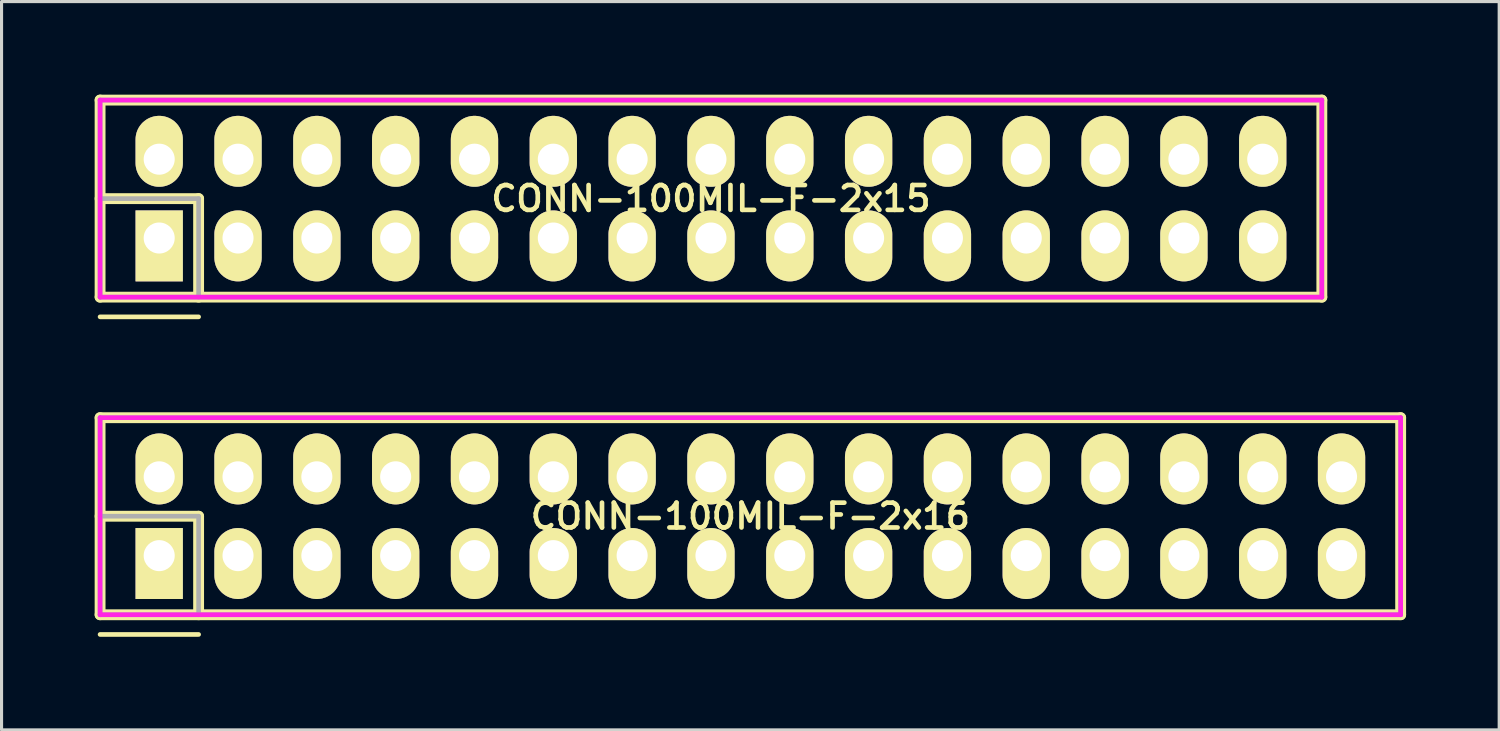
<source format=kicad_pcb>
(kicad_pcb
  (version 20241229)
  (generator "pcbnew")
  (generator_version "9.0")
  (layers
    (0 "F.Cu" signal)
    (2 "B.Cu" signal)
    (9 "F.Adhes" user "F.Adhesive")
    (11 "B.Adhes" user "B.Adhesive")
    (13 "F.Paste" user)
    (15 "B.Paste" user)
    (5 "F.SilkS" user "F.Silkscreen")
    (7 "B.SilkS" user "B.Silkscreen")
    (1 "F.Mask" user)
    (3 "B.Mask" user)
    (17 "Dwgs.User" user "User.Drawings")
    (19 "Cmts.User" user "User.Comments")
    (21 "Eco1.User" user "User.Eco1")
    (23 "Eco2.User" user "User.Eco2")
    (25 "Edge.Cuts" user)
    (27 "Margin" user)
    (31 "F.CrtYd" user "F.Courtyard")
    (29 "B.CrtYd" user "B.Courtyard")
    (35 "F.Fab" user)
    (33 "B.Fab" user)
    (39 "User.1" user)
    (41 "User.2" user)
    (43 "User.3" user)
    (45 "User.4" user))
  (footprint "CONN-100MIL-F-2x16"
    (layer "F.Cu")
    (at 21.13 13.585)
    (property "Reference" "CONN-100MIL-F-2x16" (at 0 0 0) (layer "F.SilkS") (effects (font (size 0.8 0.8) (thickness 0.15))))
    (attr through_hole)
    (fp_line (start -20.955 -3.175) (end 20.955 -3.175) (stroke (width 0.35) (type solid)) (layer "F.SilkS"))
    (fp_line (start -20.955 0) (end -17.78 0) (stroke (width 0.35) (type solid)) (layer "F.SilkS"))
    (fp_line (start -20.955 3.175) (end -20.955 -3.175) (stroke (width 0.35) (type solid)) (layer "F.SilkS"))
    (fp_line (start -20.955 3.81) (end -17.78 3.81) (stroke (width 0.15) (type solid)) (layer "F.SilkS"))
    (fp_line (start -17.78 0) (end -17.78 3.175) (stroke (width 0.35) (type solid)) (layer "F.SilkS"))
    (fp_line (start 20.955 -3.175) (end 20.955 3.175) (stroke (width 0.35) (type solid)) (layer "F.SilkS"))
    (fp_line (start 20.955 3.175) (end -20.955 3.175) (stroke (width 0.35) (type solid)) (layer "F.SilkS"))
    (fp_line (start -20.955 -3.175) (end 20.955 -3.175) (stroke (width 0.15) (type solid)) (layer "F.CrtYd"))
    (fp_line (start -20.955 3.175) (end -20.955 -3.175) (stroke (width 0.15) (type solid)) (layer "F.CrtYd"))
    (fp_line (start 20.955 -3.175) (end 20.955 3.175) (stroke (width 0.15) (type solid)) (layer "F.CrtYd"))
    (fp_line (start 20.955 3.175) (end -20.955 3.175) (stroke (width 0.15) (type solid)) (layer "F.CrtYd"))
    (fp_line (start -20.955 -3.175) (end 20.955 -3.175) (stroke (width 0.15) (type solid)) (layer "F.Fab"))
    (fp_line (start -20.955 0) (end -17.78 0) (stroke (width 0.15) (type solid)) (layer "F.Fab"))
    (fp_line (start -20.955 3.175) (end -20.955 -3.175) (stroke (width 0.15) (type solid)) (layer "F.Fab"))
    (fp_line (start -17.78 0) (end -17.78 3.175) (stroke (width 0.15) (type solid)) (layer "F.Fab"))
    (fp_line (start 20.955 -3.175) (end 20.955 3.175) (stroke (width 0.15) (type solid)) (layer "F.Fab"))
    (fp_line (start 20.955 3.175) (end -20.955 3.175) (stroke (width 0.15) (type solid)) (layer "F.Fab"))
    (pad "1" thru_hole rect (at -19.05 1.27) (size 1.524 2.286) (drill 1 (offset 0 0.254)) (layers "*.Cu" "*.Mask" "F.SilkS"))
    (pad "2" thru_hole oval (at -19.05 -1.27) (size 1.524 2.286) (drill 1 (offset 0 -0.254)) (layers "*.Cu" "*.Mask" "F.SilkS"))
    (pad "3" thru_hole oval (at -16.51 1.27) (size 1.524 2.286) (drill 1 (offset 0 0.254)) (layers "*.Cu" "*.Mask" "F.SilkS"))
    (pad "4" thru_hole oval (at -16.51 -1.27) (size 1.524 2.286) (drill 1 (offset 0 -0.254)) (layers "*.Cu" "*.Mask" "F.SilkS"))
    (pad "5" thru_hole oval (at -13.97 1.27) (size 1.524 2.286) (drill 1 (offset 0 0.254)) (layers "*.Cu" "*.Mask" "F.SilkS"))
    (pad "6" thru_hole oval (at -13.97 -1.27) (size 1.524 2.286) (drill 1 (offset 0 -0.254)) (layers "*.Cu" "*.Mask" "F.SilkS"))
    (pad "7" thru_hole oval (at -11.43 1.27) (size 1.524 2.286) (drill 1 (offset 0 0.254)) (layers "*.Cu" "*.Mask" "F.SilkS"))
    (pad "8" thru_hole oval (at -11.43 -1.27) (size 1.524 2.286) (drill 1 (offset 0 -0.254)) (layers "*.Cu" "*.Mask" "F.SilkS"))
    (pad "9" thru_hole oval (at -8.89 1.27) (size 1.524 2.286) (drill 1 (offset 0 0.254)) (layers "*.Cu" "*.Mask" "F.SilkS"))
    (pad "10" thru_hole oval (at -8.89 -1.27) (size 1.524 2.286) (drill 1 (offset 0 -0.254)) (layers "*.Cu" "*.Mask" "F.SilkS"))
    (pad "11" thru_hole oval (at -6.35 1.27) (size 1.524 2.286) (drill 1 (offset 0 0.254)) (layers "*.Cu" "*.Mask" "F.SilkS"))
    (pad "12" thru_hole oval (at -6.35 -1.27) (size 1.524 2.286) (drill 1 (offset 0 -0.254)) (layers "*.Cu" "*.Mask" "F.SilkS"))
    (pad "13" thru_hole oval (at -3.81 1.27) (size 1.524 2.286) (drill 1 (offset 0 0.254)) (layers "*.Cu" "*.Mask" "F.SilkS"))
    (pad "14" thru_hole oval (at -3.81 -1.27) (size 1.524 2.286) (drill 1 (offset 0 -0.254)) (layers "*.Cu" "*.Mask" "F.SilkS"))
    (pad "15" thru_hole oval (at -1.27 1.27) (size 1.524 2.286) (drill 1 (offset 0 0.254)) (layers "*.Cu" "*.Mask" "F.SilkS"))
    (pad "16" thru_hole oval (at -1.27 -1.27) (size 1.524 2.286) (drill 1 (offset 0 -0.254)) (layers "*.Cu" "*.Mask" "F.SilkS"))
    (pad "17" thru_hole oval (at 1.27 1.27) (size 1.524 2.286) (drill 1 (offset 0 0.254)) (layers "*.Cu" "*.Mask" "F.SilkS"))
    (pad "18" thru_hole oval (at 1.27 -1.27) (size 1.524 2.286) (drill 1 (offset 0 -0.254)) (layers "*.Cu" "*.Mask" "F.SilkS"))
    (pad "19" thru_hole oval (at 3.81 1.27) (size 1.524 2.286) (drill 1 (offset 0 0.254)) (layers "*.Cu" "*.Mask" "F.SilkS"))
    (pad "20" thru_hole oval (at 3.81 -1.27) (size 1.524 2.286) (drill 1 (offset 0 -0.254)) (layers "*.Cu" "*.Mask" "F.SilkS"))
    (pad "21" thru_hole oval (at 6.35 1.27) (size 1.524 2.286) (drill 1 (offset 0 0.254)) (layers "*.Cu" "*.Mask" "F.SilkS"))
    (pad "22" thru_hole oval (at 6.35 -1.27) (size 1.524 2.286) (drill 1 (offset 0 -0.254)) (layers "*.Cu" "*.Mask" "F.SilkS"))
    (pad "23" thru_hole oval (at 8.89 1.27) (size 1.524 2.286) (drill 1 (offset 0 0.254)) (layers "*.Cu" "*.Mask" "F.SilkS"))
    (pad "24" thru_hole oval (at 8.89 -1.27) (size 1.524 2.286) (drill 1 (offset 0 -0.254)) (layers "*.Cu" "*.Mask" "F.SilkS"))
    (pad "25" thru_hole oval (at 11.43 1.27) (size 1.524 2.286) (drill 1 (offset 0 0.254)) (layers "*.Cu" "*.Mask" "F.SilkS"))
    (pad "26" thru_hole oval (at 11.43 -1.27) (size 1.524 2.286) (drill 1 (offset 0 -0.254)) (layers "*.Cu" "*.Mask" "F.SilkS"))
    (pad "27" thru_hole oval (at 13.97 1.27) (size 1.524 2.286) (drill 1 (offset 0 0.254)) (layers "*.Cu" "*.Mask" "F.SilkS"))
    (pad "28" thru_hole oval (at 13.97 -1.27) (size 1.524 2.286) (drill 1 (offset 0 -0.254)) (layers "*.Cu" "*.Mask" "F.SilkS"))
    (pad "29" thru_hole oval (at 16.51 1.27) (size 1.524 2.286) (drill 1 (offset 0 0.254)) (layers "*.Cu" "*.Mask" "F.SilkS"))
    (pad "30" thru_hole oval (at 16.51 -1.27) (size 1.524 2.286) (drill 1 (offset 0 -0.254)) (layers "*.Cu" "*.Mask" "F.SilkS"))
    (pad "31" thru_hole oval (at 19.05 1.27) (size 1.524 2.286) (drill 1 (offset 0 0.254)) (layers "*.Cu" "*.Mask" "F.SilkS"))
    (pad "32" thru_hole oval (at 19.05 -1.27) (size 1.524 2.286) (drill 1 (offset 0 -0.254)) (layers "*.Cu" "*.Mask" "F.SilkS")))
  (footprint "CONN-100MIL-F-2x15"
    (layer "F.Cu")
    (at 19.86 3.35)
    (property "Reference" "CONN-100MIL-F-2x15" (at 0 0 0) (layer "F.SilkS") (effects (font (size 0.8 0.8) (thickness 0.15))))
    (attr through_hole)
    (fp_line (start -19.685 -3.175) (end 19.685 -3.175) (stroke (width 0.35) (type solid)) (layer "F.SilkS"))
    (fp_line (start -19.685 0) (end -16.51 0) (stroke (width 0.35) (type solid)) (layer "F.SilkS"))
    (fp_line (start -19.685 3.175) (end -19.685 -3.175) (stroke (width 0.35) (type solid)) (layer "F.SilkS"))
    (fp_line (start -19.685 3.81) (end -16.51 3.81) (stroke (width 0.15) (type solid)) (layer "F.SilkS"))
    (fp_line (start -16.51 0) (end -16.51 3.175) (stroke (width 0.35) (type solid)) (layer "F.SilkS"))
    (fp_line (start 19.685 -3.175) (end 19.685 3.175) (stroke (width 0.35) (type solid)) (layer "F.SilkS"))
    (fp_line (start 19.685 3.175) (end -19.685 3.175) (stroke (width 0.35) (type solid)) (layer "F.SilkS"))
    (fp_line (start -19.685 -3.175) (end 19.685 -3.175) (stroke (width 0.15) (type solid)) (layer "F.CrtYd"))
    (fp_line (start -19.685 3.175) (end -19.685 -3.175) (stroke (width 0.15) (type solid)) (layer "F.CrtYd"))
    (fp_line (start 19.685 -3.175) (end 19.685 3.175) (stroke (width 0.15) (type solid)) (layer "F.CrtYd"))
    (fp_line (start 19.685 3.175) (end -19.685 3.175) (stroke (width 0.15) (type solid)) (layer "F.CrtYd"))
    (fp_line (start -19.685 -3.175) (end 19.685 -3.175) (stroke (width 0.15) (type solid)) (layer "F.Fab"))
    (fp_line (start -19.685 0) (end -16.51 0) (stroke (width 0.15) (type solid)) (layer "F.Fab"))
    (fp_line (start -19.685 3.175) (end -19.685 -3.175) (stroke (width 0.15) (type solid)) (layer "F.Fab"))
    (fp_line (start -16.51 0) (end -16.51 3.175) (stroke (width 0.15) (type solid)) (layer "F.Fab"))
    (fp_line (start 19.685 -3.175) (end 19.685 3.175) (stroke (width 0.15) (type solid)) (layer "F.Fab"))
    (fp_line (start 19.685 3.175) (end -19.685 3.175) (stroke (width 0.15) (type solid)) (layer "F.Fab"))
    (pad "1" thru_hole rect (at -17.78 1.27) (size 1.524 2.286) (drill 1 (offset 0 0.254)) (layers "*.Cu" "*.Mask" "F.SilkS"))
    (pad "2" thru_hole oval (at -17.78 -1.27) (size 1.524 2.286) (drill 1 (offset 0 -0.254)) (layers "*.Cu" "*.Mask" "F.SilkS"))
    (pad "3" thru_hole oval (at -15.24 1.27) (size 1.524 2.286) (drill 1 (offset 0 0.254)) (layers "*.Cu" "*.Mask" "F.SilkS"))
    (pad "4" thru_hole oval (at -15.24 -1.27) (size 1.524 2.286) (drill 1 (offset 0 -0.254)) (layers "*.Cu" "*.Mask" "F.SilkS"))
    (pad "5" thru_hole oval (at -12.7 1.27) (size 1.524 2.286) (drill 1 (offset 0 0.254)) (layers "*.Cu" "*.Mask" "F.SilkS"))
    (pad "6" thru_hole oval (at -12.7 -1.27) (size 1.524 2.286) (drill 1 (offset 0 -0.254)) (layers "*.Cu" "*.Mask" "F.SilkS"))
    (pad "7" thru_hole oval (at -10.16 1.27) (size 1.524 2.286) (drill 1 (offset 0 0.254)) (layers "*.Cu" "*.Mask" "F.SilkS"))
    (pad "8" thru_hole oval (at -10.16 -1.27) (size 1.524 2.286) (drill 1 (offset 0 -0.254)) (layers "*.Cu" "*.Mask" "F.SilkS"))
    (pad "9" thru_hole oval (at -7.62 1.27) (size 1.524 2.286) (drill 1 (offset 0 0.254)) (layers "*.Cu" "*.Mask" "F.SilkS"))
    (pad "10" thru_hole oval (at -7.62 -1.27) (size 1.524 2.286) (drill 1 (offset 0 -0.254)) (layers "*.Cu" "*.Mask" "F.SilkS"))
    (pad "11" thru_hole oval (at -5.08 1.27) (size 1.524 2.286) (drill 1 (offset 0 0.254)) (layers "*.Cu" "*.Mask" "F.SilkS"))
    (pad "12" thru_hole oval (at -5.08 -1.27) (size 1.524 2.286) (drill 1 (offset 0 -0.254)) (layers "*.Cu" "*.Mask" "F.SilkS"))
    (pad "13" thru_hole oval (at -2.54 1.27) (size 1.524 2.286) (drill 1 (offset 0 0.254)) (layers "*.Cu" "*.Mask" "F.SilkS"))
    (pad "14" thru_hole oval (at -2.54 -1.27) (size 1.524 2.286) (drill 1 (offset 0 -0.254)) (layers "*.Cu" "*.Mask" "F.SilkS"))
    (pad "15" thru_hole oval (at 0 1.27) (size 1.524 2.286) (drill 1 (offset 0 0.254)) (layers "*.Cu" "*.Mask" "F.SilkS"))
    (pad "16" thru_hole oval (at 0 -1.27) (size 1.524 2.286) (drill 1 (offset 0 -0.254)) (layers "*.Cu" "*.Mask" "F.SilkS"))
    (pad "17" thru_hole oval (at 2.54 1.27) (size 1.524 2.286) (drill 1 (offset 0 0.254)) (layers "*.Cu" "*.Mask" "F.SilkS"))
    (pad "18" thru_hole oval (at 2.54 -1.27) (size 1.524 2.286) (drill 1 (offset 0 -0.254)) (layers "*.Cu" "*.Mask" "F.SilkS"))
    (pad "19" thru_hole oval (at 5.08 1.27) (size 1.524 2.286) (drill 1 (offset 0 0.254)) (layers "*.Cu" "*.Mask" "F.SilkS"))
    (pad "20" thru_hole oval (at 5.08 -1.27) (size 1.524 2.286) (drill 1 (offset 0 -0.254)) (layers "*.Cu" "*.Mask" "F.SilkS"))
    (pad "21" thru_hole oval (at 7.62 1.27) (size 1.524 2.286) (drill 1 (offset 0 0.254)) (layers "*.Cu" "*.Mask" "F.SilkS"))
    (pad "22" thru_hole oval (at 7.62 -1.27) (size 1.524 2.286) (drill 1 (offset 0 -0.254)) (layers "*.Cu" "*.Mask" "F.SilkS"))
    (pad "23" thru_hole oval (at 10.16 1.27) (size 1.524 2.286) (drill 1 (offset 0 0.254)) (layers "*.Cu" "*.Mask" "F.SilkS"))
    (pad "24" thru_hole oval (at 10.16 -1.27) (size 1.524 2.286) (drill 1 (offset 0 -0.254)) (layers "*.Cu" "*.Mask" "F.SilkS"))
    (pad "25" thru_hole oval (at 12.7 1.27) (size 1.524 2.286) (drill 1 (offset 0 0.254)) (layers "*.Cu" "*.Mask" "F.SilkS"))
    (pad "26" thru_hole oval (at 12.7 -1.27) (size 1.524 2.286) (drill 1 (offset 0 -0.254)) (layers "*.Cu" "*.Mask" "F.SilkS"))
    (pad "27" thru_hole oval (at 15.24 1.27) (size 1.524 2.286) (drill 1 (offset 0 0.254)) (layers "*.Cu" "*.Mask" "F.SilkS"))
    (pad "28" thru_hole oval (at 15.24 -1.27) (size 1.524 2.286) (drill 1 (offset 0 -0.254)) (layers "*.Cu" "*.Mask" "F.SilkS"))
    (pad "29" thru_hole oval (at 17.78 1.27) (size 1.524 2.286) (drill 1 (offset 0 0.254)) (layers "*.Cu" "*.Mask" "F.SilkS"))
    (pad "30" thru_hole oval (at 17.78 -1.27) (size 1.524 2.286) (drill 1 (offset 0 -0.254)) (layers "*.Cu" "*.Mask" "F.SilkS")))
  (gr_rect
    (start -3 -3)
    (end 45.26 20.47)
    (stroke (width 0.1) (type default))
    (fill no)
    (layer "Edge.Cuts")))
</source>
